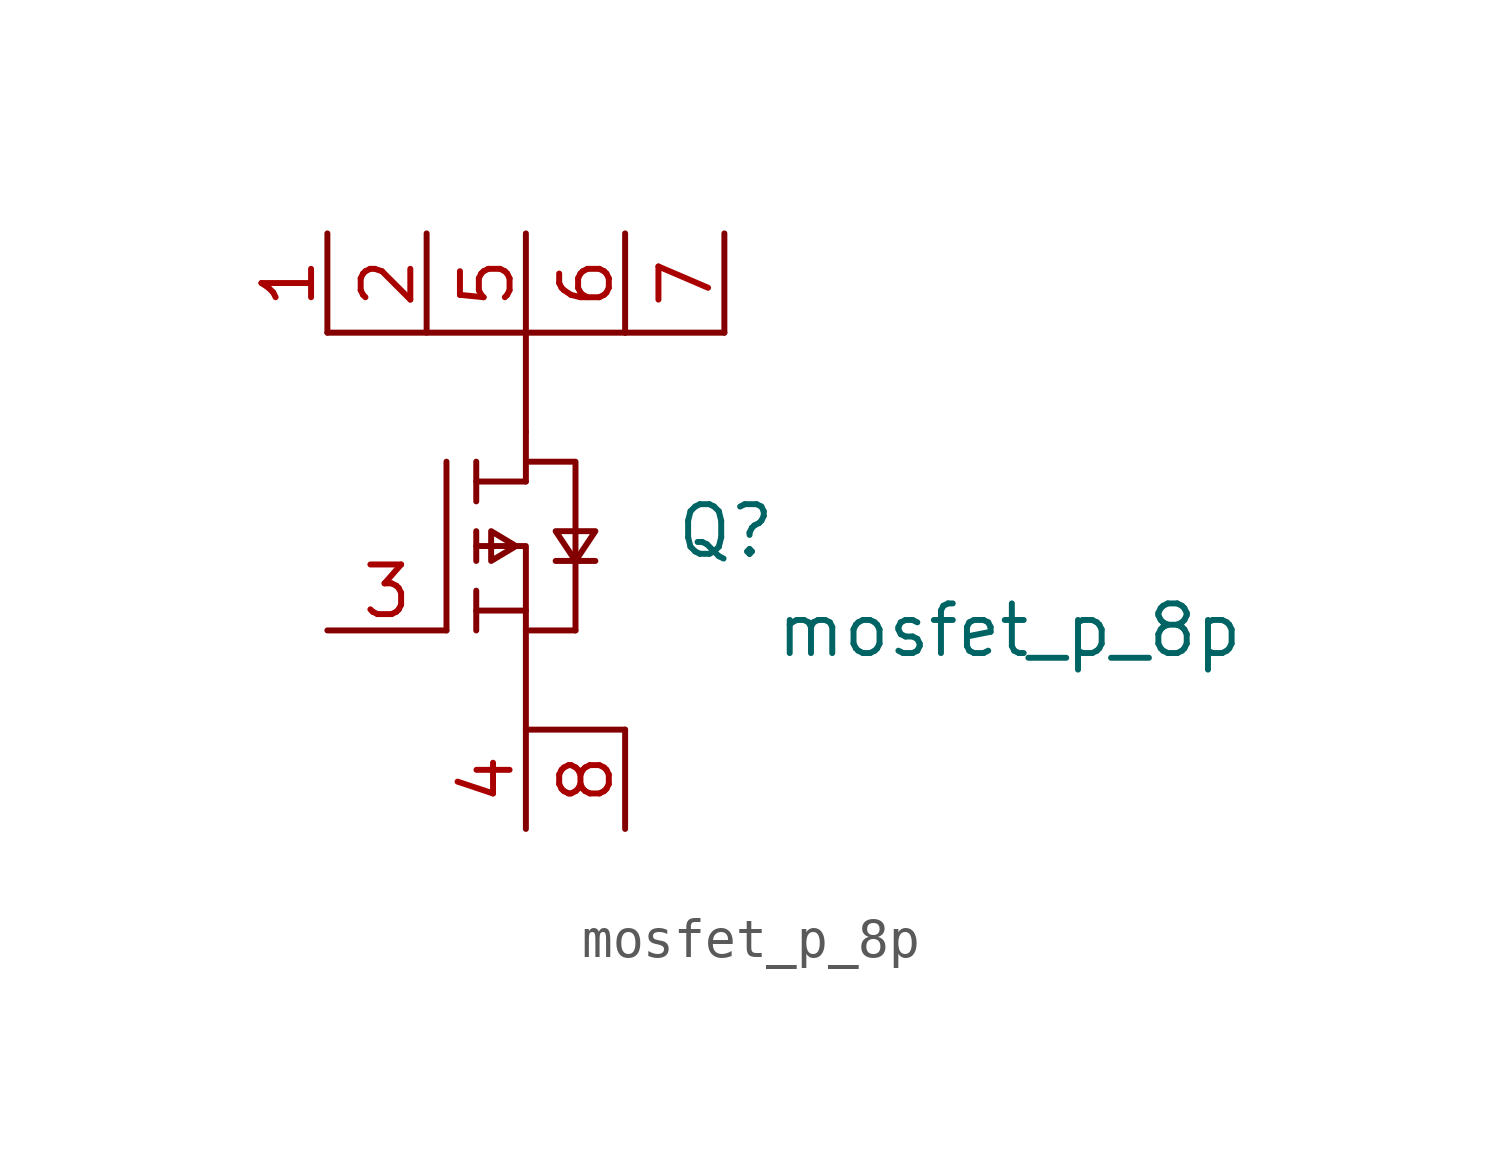
<source format=kicad_sym>
(kicad_symbol_lib
  (version 20241209)
  (generator "kicad_symbol_editor")
  (generator_version "9.0")
  (symbol "mosfet_p_8p"
    (property "Reference" "Q"
      (at 8.89 2.54 0)
      (effects (font (size 1.27 1.27)) (justify left)))
    (property "Value" "mosfet_p_8p"
      (at 11.43 0 0)
      (effects (font (size 1.27 1.27)) (justify left)))
    (symbol "mosfet_p_8p_0_1"
      (polyline (pts (xy 3.048 4.318) (xy 3.048 0)) (stroke (width 0) (type default)) (fill (type none)))
      (polyline (pts (xy 3.81 4.318) (xy 3.81 3.302)) (stroke (width 0) (type default)) (fill (type none)))
      (polyline (pts (xy 3.81 2.159) (xy 5.08 2.159) (xy 5.08 0)) (stroke (width 0) (type default)) (fill (type none)))
      (polyline (pts (xy 3.81 1.778) (xy 3.81 2.54)) (stroke (width 0) (type default)) (fill (type none)))
      (polyline (pts (xy 3.81 0.508) (xy 5.08 0.508)) (stroke (width 0) (type default)) (fill (type none)))
      (polyline (pts (xy 3.81 0) (xy 3.81 1.016)) (stroke (width 0) (type default)) (fill (type none)))
      (polyline (pts (xy 4.826 2.159) (xy 4.191 1.778) (xy 4.191 2.54) (xy 4.826 2.159)) (stroke (width 0) (type default)) (fill (type none)))
      (polyline (pts (xy 5.08 5.08) (xy 5.08 7.62)) (stroke (width 0) (type default)) (fill (type none)))
      (polyline (pts (xy 5.08 5.08) (xy 5.08 3.81)) (stroke (width 0) (type default)) (fill (type none)))
      (polyline (pts (xy 5.08 4.318) (xy 6.35 4.318) (xy 6.35 0)) (stroke (width 0) (type default)) (fill (type none)))
      (polyline (pts (xy 5.08 3.81) (xy 3.81 3.81)) (stroke (width 0) (type default)) (fill (type none)))
      (polyline (pts (xy 5.08 0) (xy 5.08 -2.54)) (stroke (width 0) (type default)) (fill (type none)))
      (polyline (pts (xy 5.842 1.778) (xy 6.858 1.778)) (stroke (width 0) (type default)) (fill (type none)))
      (polyline (pts (xy 6.35 1.778) (xy 6.858 2.54) (xy 5.842 2.54) (xy 6.35 1.778)) (stroke (width 0) (type default)) (fill (type none)))
      (polyline (pts (xy 6.35 0) (xy 5.08 0)) (stroke (width 0) (type default)) (fill (type none)))
      (polyline (pts (xy 7.62 7.62) (xy 0 7.62)) (stroke (width 0) (type default)) (fill (type none)))
      (polyline (pts (xy 7.62 7.62) (xy 10.16 7.62)) (stroke (width 0) (type default)) (fill (type none)))
      (polyline (pts (xy 7.62 -2.54) (xy 5.08 -2.54)) (stroke (width 0) (type default)) (fill (type none))))
    (symbol "mosfet_p_8p_1_1"
      (pin passive line (at 0 10.16 270) (length 2.54) (name "" (effects (font (size 1.27 1.27)))) (number "1" (effects (font (size 1.27 1.27)))))
      (pin passive line (at 0 0 0) (length 3.048) (name "" (effects (font (size 1.27 1.27)))) (number "3" (effects (font (size 1.27 1.27)))))
      (pin passive line (at 2.54 10.16 270) (length 2.54) (name "" (effects (font (size 1.27 1.27)))) (number "2" (effects (font (size 1.27 1.27)))))
      (pin passive line (at 5.08 10.16 270) (length 2.54) (name "" (effects (font (size 1.27 1.27)))) (number "5" (effects (font (size 1.27 1.27)))))
      (pin passive line (at 5.08 -5.08 90) (length 2.54) (name "" (effects (font (size 1.27 1.27)))) (number "4" (effects (font (size 1.27 1.27)))))
      (pin passive line (at 7.62 10.16 270) (length 2.54) (name "" (effects (font (size 1.27 1.27)))) (number "6" (effects (font (size 1.27 1.27)))))
      (pin passive line (at 7.62 -5.08 90) (length 2.54) (name "" (effects (font (size 1.27 1.27)))) (number "8" (effects (font (size 1.27 1.27)))))
      (pin passive line (at 10.16 10.16 270) (length 2.54) (name "" (effects (font (size 1.27 1.27)))) (number "7" (effects (font (size 1.27 1.27))))))))
</source>
